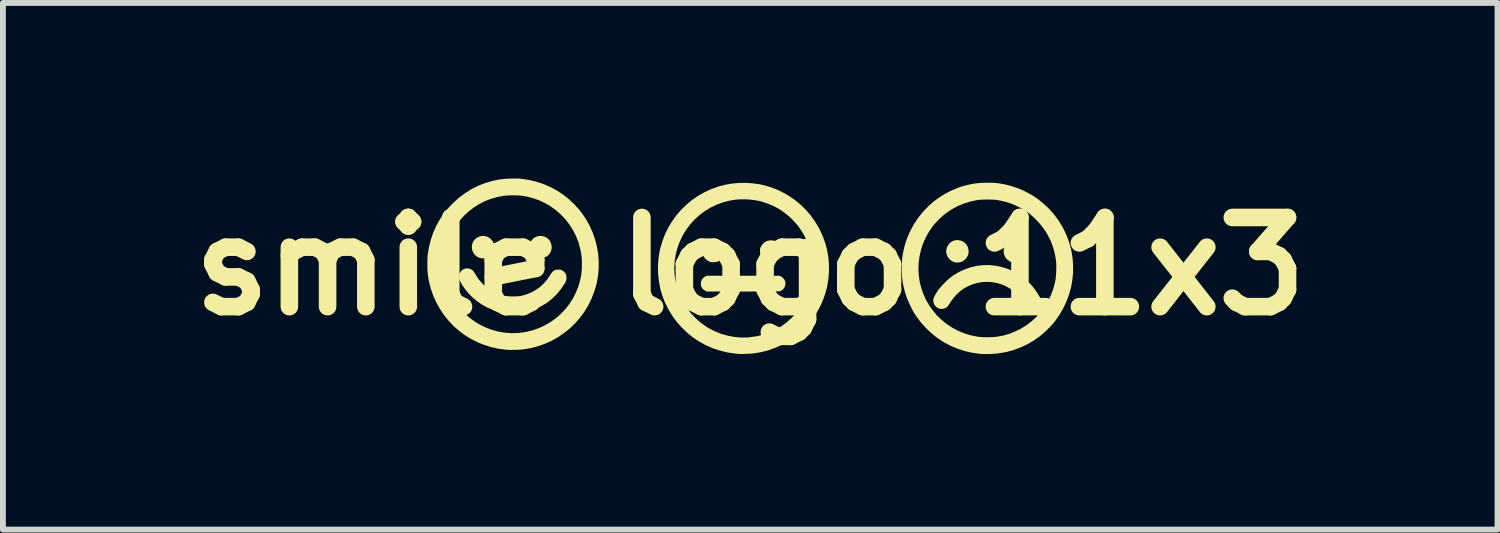
<source format=kicad_pcb>
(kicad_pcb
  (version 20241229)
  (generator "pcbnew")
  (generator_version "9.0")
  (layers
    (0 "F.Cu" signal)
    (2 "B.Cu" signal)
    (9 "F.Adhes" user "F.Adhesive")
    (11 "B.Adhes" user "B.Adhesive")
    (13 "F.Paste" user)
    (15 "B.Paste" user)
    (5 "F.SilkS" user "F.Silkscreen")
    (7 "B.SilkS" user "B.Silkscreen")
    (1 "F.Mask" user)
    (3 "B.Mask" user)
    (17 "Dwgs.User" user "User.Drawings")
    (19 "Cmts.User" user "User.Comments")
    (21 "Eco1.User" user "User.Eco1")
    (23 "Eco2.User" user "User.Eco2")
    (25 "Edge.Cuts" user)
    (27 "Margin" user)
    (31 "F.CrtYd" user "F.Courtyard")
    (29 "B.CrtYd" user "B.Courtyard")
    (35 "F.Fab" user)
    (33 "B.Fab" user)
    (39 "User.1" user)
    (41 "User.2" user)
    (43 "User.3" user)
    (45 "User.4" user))
  (footprint "smile logo 11x3"
    (layer "F.Cu")
    (at 9.768 1.5)
    (property "Reference" "smile logo 11x3" (at 0 0 0) (layer "F.SilkS") (effects (font (size 1.524 1.524) (thickness 0.3))))
    (attr board_only exclude_from_pos_files exclude_from_bom)
    (fp_poly (pts (xy 4.555 -0.446) (xy 4.593 -0.436) (xy 4.628 -0.416) (xy 4.656 -0.391) (xy 4.685 -0.356) (xy 4.704 -0.317) (xy 4.713 -0.276) (xy 4.713 -0.236) (xy 4.705 -0.197) (xy 4.688 -0.16) (xy 4.665 -0.127) (xy 4.635 -0.1) (xy 4.598 -0.08) (xy 4.555 -0.068) (xy 4.534 -0.066) (xy 4.494 -0.066) (xy 4.465 -0.072) (xy 4.423 -0.091) (xy 4.388 -0.118) (xy 4.36 -0.152) (xy 4.341 -0.19) (xy 4.331 -0.232) (xy 4.331 -0.276) (xy 4.342 -0.321) (xy 4.351 -0.342) (xy 4.376 -0.382) (xy 4.409 -0.412) (xy 4.447 -0.434) (xy 4.492 -0.445) (xy 4.512 -0.447)) (stroke (width 0) (type solid)) (fill yes) (layer "F.SilkS"))
    (fp_poly (pts (xy -4.51 -0.512) (xy -4.476 -0.499) (xy -4.448 -0.48) (xy -4.421 -0.454) (xy -4.399 -0.424) (xy -4.386 -0.399) (xy -4.377 -0.365) (xy -4.374 -0.327) (xy -4.377 -0.289) (xy -4.383 -0.264) (xy -4.402 -0.225) (xy -4.43 -0.191) (xy -4.465 -0.164) (xy -4.504 -0.145) (xy -4.546 -0.136) (xy -4.589 -0.136) (xy -4.602 -0.138) (xy -4.645 -0.152) (xy -4.682 -0.175) (xy -4.713 -0.205) (xy -4.736 -0.241) (xy -4.751 -0.28) (xy -4.757 -0.322) (xy -4.754 -0.365) (xy -4.74 -0.408) (xy -4.736 -0.417) (xy -4.71 -0.454) (xy -4.677 -0.483) (xy -4.639 -0.504) (xy -4.597 -0.517) (xy -4.553 -0.52)) (stroke (width 0) (type solid)) (fill yes) (layer "F.SilkS"))
    (fp_poly (pts (xy 3.589 -0.442) (xy 3.632 -0.425) (xy 3.651 -0.414) (xy 3.683 -0.386) (xy 3.708 -0.351) (xy 3.724 -0.311) (xy 3.732 -0.268) (xy 3.73 -0.225) (xy 3.718 -0.183) (xy 3.716 -0.179) (xy 3.695 -0.144) (xy 3.666 -0.112) (xy 3.633 -0.088) (xy 3.617 -0.079) (xy 3.588 -0.07) (xy 3.555 -0.066) (xy 3.521 -0.065) (xy 3.491 -0.069) (xy 3.485 -0.071) (xy 3.444 -0.09) (xy 3.408 -0.117) (xy 3.38 -0.151) (xy 3.361 -0.189) (xy 3.35 -0.231) (xy 3.349 -0.274) (xy 3.354 -0.3) (xy 3.37 -0.344) (xy 3.395 -0.381) (xy 3.426 -0.411) (xy 3.463 -0.433) (xy 3.503 -0.445) (xy 3.546 -0.448)) (stroke (width 0) (type solid)) (fill yes) (layer "F.SilkS"))
    (fp_poly (pts (xy -3.532 -0.513) (xy -3.496 -0.499) (xy -3.459 -0.475) (xy -3.43 -0.444) (xy -3.41 -0.408) (xy -3.397 -0.369) (xy -3.392 -0.328) (xy -3.396 -0.287) (xy -3.408 -0.248) (xy -3.429 -0.213) (xy -3.458 -0.182) (xy -3.473 -0.171) (xy -3.516 -0.149) (xy -3.559 -0.137) (xy -3.602 -0.135) (xy -3.619 -0.138) (xy -3.662 -0.152) (xy -3.701 -0.176) (xy -3.734 -0.208) (xy -3.758 -0.246) (xy -3.759 -0.247) (xy -3.767 -0.266) (xy -3.771 -0.284) (xy -3.773 -0.306) (xy -3.774 -0.328) (xy -3.773 -0.354) (xy -3.771 -0.374) (xy -3.766 -0.391) (xy -3.757 -0.409) (xy -3.732 -0.449) (xy -3.7 -0.481) (xy -3.662 -0.503) (xy -3.621 -0.516) (xy -3.577 -0.52)) (stroke (width 0) (type solid)) (fill yes) (layer "F.SilkS"))
    (fp_poly (pts (xy -0.58 -0.439) (xy -0.538 -0.424) (xy -0.502 -0.399) (xy -0.472 -0.364) (xy -0.455 -0.334) (xy -0.442 -0.295) (xy -0.439 -0.253) (xy -0.444 -0.211) (xy -0.455 -0.178) (xy -0.477 -0.143) (xy -0.506 -0.112) (xy -0.54 -0.088) (xy -0.546 -0.085) (xy -0.571 -0.076) (xy -0.603 -0.071) (xy -0.637 -0.07) (xy -0.668 -0.072) (xy -0.693 -0.079) (xy -0.735 -0.102) (xy -0.769 -0.131) (xy -0.794 -0.167) (xy -0.81 -0.206) (xy -0.816 -0.248) (xy -0.812 -0.292) (xy -0.798 -0.335) (xy -0.793 -0.345) (xy -0.773 -0.376) (xy -0.748 -0.401) (xy -0.715 -0.423) (xy -0.702 -0.429) (xy -0.682 -0.438) (xy -0.663 -0.443) (xy -0.639 -0.445) (xy -0.627 -0.445)) (stroke (width 0) (type solid)) (fill yes) (layer "F.SilkS"))
    (fp_poly (pts (xy 0.401 -0.439) (xy 0.443 -0.424) (xy 0.48 -0.398) (xy 0.511 -0.362) (xy 0.515 -0.356) (xy 0.528 -0.331) (xy 0.538 -0.299) (xy 0.543 -0.267) (xy 0.544 -0.239) (xy 0.543 -0.236) (xy 0.532 -0.194) (xy 0.512 -0.154) (xy 0.484 -0.12) (xy 0.45 -0.093) (xy 0.44 -0.088) (xy 0.414 -0.078) (xy 0.381 -0.072) (xy 0.346 -0.07) (xy 0.314 -0.072) (xy 0.291 -0.077) (xy 0.262 -0.091) (xy 0.234 -0.111) (xy 0.21 -0.133) (xy 0.209 -0.134) (xy 0.19 -0.161) (xy 0.177 -0.189) (xy 0.17 -0.221) (xy 0.168 -0.248) (xy 0.167 -0.274) (xy 0.168 -0.293) (xy 0.171 -0.308) (xy 0.177 -0.324) (xy 0.18 -0.33) (xy 0.204 -0.371) (xy 0.236 -0.403) (xy 0.274 -0.427) (xy 0.316 -0.441) (xy 0.353 -0.444)) (stroke (width 0) (type solid)) (fill yes) (layer "F.SilkS"))
    (fp_poly (pts (xy 0.529 0.175) (xy 0.56 0.197) (xy 0.582 0.224) (xy 0.596 0.255) (xy 0.602 0.289) (xy 0.599 0.322) (xy 0.588 0.355) (xy 0.569 0.384) (xy 0.541 0.409) (xy 0.52 0.42) (xy 0.516 0.422) (xy 0.511 0.423) (xy 0.505 0.425) (xy 0.496 0.426) (xy 0.485 0.427) (xy 0.47 0.428) (xy 0.451 0.428) (xy 0.427 0.429) (xy 0.397 0.43) (xy 0.362 0.43) (xy 0.319 0.43) (xy 0.27 0.43) (xy 0.212 0.431) (xy 0.145 0.431) (xy 0.068 0.431) (xy -0.018 0.431) (xy -0.115 0.431) (xy -0.121 0.431) (xy -0.739 0.431) (xy -0.768 0.417) (xy -0.8 0.397) (xy -0.823 0.371) (xy -0.838 0.34) (xy -0.844 0.307) (xy -0.843 0.273) (xy -0.833 0.24) (xy -0.814 0.21) (xy -0.787 0.186) (xy -0.77 0.175) (xy -0.742 0.161) (xy 0.5 0.161)) (stroke (width 0) (type solid)) (fill yes) (layer "F.SilkS"))
    (fp_poly (pts (xy 4.084 -0.021) (xy 4.194 -0.01) (xy 4.3 0.012) (xy 4.401 0.044) (xy 4.498 0.086) (xy 4.59 0.138) (xy 4.676 0.199) (xy 4.755 0.269) (xy 4.828 0.348) (xy 4.892 0.435) (xy 4.933 0.501) (xy 4.947 0.527) (xy 4.956 0.546) (xy 4.961 0.562) (xy 4.964 0.579) (xy 4.965 0.594) (xy 4.964 0.631) (xy 4.956 0.662) (xy 4.939 0.69) (xy 4.92 0.709) (xy 4.886 0.732) (xy 4.849 0.745) (xy 4.81 0.747) (xy 4.778 0.74) (xy 4.751 0.726) (xy 4.724 0.7) (xy 4.696 0.664) (xy 4.679 0.635) (xy 4.63 0.56) (xy 4.574 0.493) (xy 4.511 0.433) (xy 4.443 0.383) (xy 4.369 0.341) (xy 4.292 0.308) (xy 4.211 0.284) (xy 4.128 0.27) (xy 4.044 0.265) (xy 3.959 0.27) (xy 3.875 0.285) (xy 3.792 0.31) (xy 3.711 0.345) (xy 3.637 0.388) (xy 3.577 0.434) (xy 3.521 0.486) (xy 3.469 0.546) (xy 3.42 0.615) (xy 3.391 0.661) (xy 3.368 0.691) (xy 3.338 0.712) (xy 3.303 0.725) (xy 3.267 0.729) (xy 3.23 0.723) (xy 3.195 0.708) (xy 3.192 0.705) (xy 3.163 0.679) (xy 3.142 0.647) (xy 3.13 0.611) (xy 3.128 0.573) (xy 3.132 0.549) (xy 3.139 0.532) (xy 3.151 0.507) (xy 3.167 0.478) (xy 3.186 0.447) (xy 3.207 0.415) (xy 3.224 0.389) (xy 3.237 0.374) (xy 3.256 0.352) (xy 3.279 0.326) (xy 3.305 0.299) (xy 3.328 0.276) (xy 3.365 0.239) (xy 3.399 0.209) (xy 3.43 0.184) (xy 3.462 0.16) (xy 3.472 0.154) (xy 3.565 0.098) (xy 3.662 0.053) (xy 3.762 0.018) (xy 3.863 -0.006) (xy 3.966 -0.019) (xy 4.069 -0.022)) (stroke (width 0) (type solid)) (fill yes) (layer "F.SilkS"))
    (fp_poly (pts (xy -4.81 0.037) (xy -4.774 0.049) (xy -4.752 0.062) (xy -4.735 0.077) (xy -4.717 0.1) (xy -4.698 0.132) (xy -4.667 0.181) (xy -4.638 0.223) (xy -4.608 0.26) (xy -4.574 0.297) (xy -4.556 0.314) (xy -4.489 0.372) (xy -4.417 0.42) (xy -4.34 0.458) (xy -4.257 0.488) (xy -4.196 0.504) (xy -4.161 0.509) (xy -4.118 0.513) (xy -4.07 0.515) (xy -4.021 0.514) (xy -3.974 0.512) (xy -3.933 0.508) (xy -3.91 0.504) (xy -3.821 0.479) (xy -3.738 0.445) (xy -3.659 0.401) (xy -3.587 0.349) (xy -3.523 0.289) (xy -3.466 0.222) (xy -3.425 0.159) (xy -3.4 0.121) (xy -3.377 0.092) (xy -3.352 0.073) (xy -3.326 0.061) (xy -3.295 0.056) (xy -3.279 0.055) (xy -3.242 0.058) (xy -3.211 0.07) (xy -3.184 0.09) (xy -3.171 0.104) (xy -3.153 0.129) (xy -3.143 0.154) (xy -3.139 0.183) (xy -3.139 0.206) (xy -3.141 0.225) (xy -3.144 0.24) (xy -3.149 0.255) (xy -3.159 0.274) (xy -3.173 0.299) (xy -3.175 0.301) (xy -3.236 0.392) (xy -3.305 0.476) (xy -3.381 0.551) (xy -3.464 0.617) (xy -3.554 0.673) (xy -3.649 0.72) (xy -3.75 0.758) (xy -3.856 0.785) (xy -3.888 0.791) (xy -3.914 0.794) (xy -3.948 0.797) (xy -3.987 0.8) (xy -4.029 0.801) (xy -4.069 0.802) (xy -4.105 0.803) (xy -4.134 0.802) (xy -4.144 0.801) (xy -4.217 0.791) (xy -4.295 0.774) (xy -4.372 0.752) (xy -4.445 0.725) (xy -4.498 0.702) (xy -4.584 0.654) (xy -4.666 0.597) (xy -4.743 0.533) (xy -4.813 0.463) (xy -4.875 0.387) (xy -4.928 0.308) (xy -4.961 0.244) (xy -4.974 0.206) (xy -4.977 0.169) (xy -4.971 0.134) (xy -4.957 0.103) (xy -4.936 0.077) (xy -4.91 0.056) (xy -4.879 0.042) (xy -4.845 0.035)) (stroke (width 0) (type solid)) (fill yes) (layer "F.SilkS"))
    (fp_poly (pts (xy 0.041 -1.418) (xy 0.152 -1.403) (xy 0.186 -1.396) (xy 0.309 -1.365) (xy 0.428 -1.323) (xy 0.543 -1.27) (xy 0.652 -1.209) (xy 0.756 -1.138) (xy 0.854 -1.059) (xy 0.944 -0.972) (xy 1.027 -0.877) (xy 1.101 -0.775) (xy 1.167 -0.667) (xy 1.194 -0.614) (xy 1.245 -0.501) (xy 1.285 -0.388) (xy 1.315 -0.273) (xy 1.335 -0.155) (xy 1.344 -0.048) (xy 1.346 0.08) (xy 1.337 0.207) (xy 1.317 0.333) (xy 1.286 0.455) (xy 1.244 0.575) (xy 1.193 0.69) (xy 1.131 0.8) (xy 1.059 0.905) (xy 1.028 0.946) (xy 0.941 1.044) (xy 0.849 1.134) (xy 0.749 1.214) (xy 0.654 1.278) (xy 0.542 1.341) (xy 0.427 1.393) (xy 0.31 1.435) (xy 0.187 1.466) (xy 0.072 1.486) (xy 0.043 1.489) (xy 0.007 1.492) (xy -0.032 1.494) (xy -0.073 1.496) (xy -0.112 1.498) (xy -0.148 1.498) (xy -0.178 1.498) (xy -0.199 1.497) (xy -0.201 1.497) (xy -0.216 1.495) (xy -0.238 1.493) (xy -0.264 1.49) (xy -0.279 1.488) (xy -0.4 1.47) (xy -0.52 1.44) (xy -0.64 1.4) (xy -0.757 1.349) (xy -0.772 1.341) (xy -0.882 1.279) (xy -0.986 1.209) (xy -1.084 1.129) (xy -1.174 1.042) (xy -1.257 0.947) (xy -1.331 0.846) (xy -1.396 0.739) (xy -1.453 0.626) (xy -1.499 0.51) (xy -1.535 0.389) (xy -1.538 0.375) (xy -1.561 0.252) (xy -1.574 0.126) (xy -1.576 0.027) (xy -1.298 0.027) (xy -1.293 0.141) (xy -1.277 0.255) (xy -1.249 0.368) (xy -1.238 0.402) (xy -1.197 0.51) (xy -1.145 0.613) (xy -1.084 0.71) (xy -1.015 0.801) (xy -0.936 0.884) (xy -0.85 0.96) (xy -0.756 1.028) (xy -0.7 1.062) (xy -0.6 1.113) (xy -0.495 1.154) (xy -0.387 1.185) (xy -0.276 1.206) (xy -0.164 1.217) (xy -0.053 1.216) (xy -0.008 1.212) (xy 0.11 1.195) (xy 0.223 1.168) (xy 0.331 1.13) (xy 0.435 1.081) (xy 0.534 1.023) (xy 0.627 0.954) (xy 0.715 0.875) (xy 0.783 0.803) (xy 0.844 0.725) (xy 0.9 0.639) (xy 0.949 0.547) (xy 0.991 0.452) (xy 1.023 0.355) (xy 1.035 0.313) (xy 1.047 0.255) (xy 1.056 0.201) (xy 1.062 0.145) (xy 1.065 0.084) (xy 1.065 0.04) (xy 1.064 -0.032) (xy 1.06 -0.096) (xy 1.052 -0.157) (xy 1.04 -0.218) (xy 1.026 -0.271) (xy 0.99 -0.383) (xy 0.943 -0.489) (xy 0.887 -0.59) (xy 0.821 -0.685) (xy 0.746 -0.773) (xy 0.662 -0.854) (xy 0.57 -0.927) (xy 0.509 -0.969) (xy 0.452 -1.002) (xy 0.388 -1.034) (xy 0.318 -1.063) (xy 0.248 -1.089) (xy 0.18 -1.11) (xy 0.156 -1.116) (xy 0.078 -1.13) (xy -0.006 -1.14) (xy -0.093 -1.145) (xy -0.178 -1.144) (xy -0.256 -1.138) (xy -0.368 -1.119) (xy -0.477 -1.089) (xy -0.583 -1.049) (xy -0.684 -1) (xy -0.779 -0.941) (xy -0.869 -0.873) (xy -0.952 -0.798) (xy -1.028 -0.714) (xy -1.095 -0.624) (xy -1.154 -0.527) (xy -1.154 -0.527) (xy -1.205 -0.42) (xy -1.245 -0.31) (xy -1.274 -0.199) (xy -1.291 -0.086) (xy -1.298 0.027) (xy -1.576 0.027) (xy -1.576 -0.000314) (xy -1.568 -0.127) (xy -1.549 -0.251) (xy -1.535 -0.316) (xy -1.498 -0.438) (xy -1.452 -0.556) (xy -1.396 -0.669) (xy -1.331 -0.775) (xy -1.258 -0.876) (xy -1.176 -0.97) (xy -1.087 -1.056) (xy -0.991 -1.135) (xy -0.889 -1.205) (xy -0.78 -1.267) (xy -0.666 -1.319) (xy -0.548 -1.362) (xy -0.425 -1.394) (xy -0.417 -1.396) (xy -0.306 -1.414) (xy -0.191 -1.424) (xy -0.075 -1.426)) (stroke (width 0) (type solid)) (fill yes) (layer "F.SilkS"))
    (fp_poly (pts (xy -3.944 -1.498) (xy -3.907 -1.495) (xy -3.778 -1.475) (xy -3.653 -1.445) (xy -3.531 -1.405) (xy -3.414 -1.354) (xy -3.302 -1.294) (xy -3.196 -1.224) (xy -3.096 -1.145) (xy -3.003 -1.057) (xy -2.917 -0.961) (xy -2.881 -0.915) (xy -2.809 -0.81) (xy -2.746 -0.699) (xy -2.694 -0.583) (xy -2.652 -0.464) (xy -2.62 -0.342) (xy -2.599 -0.218) (xy -2.588 -0.092) (xy -2.589 0.034) (xy -2.6 0.161) (xy -2.623 0.286) (xy -2.63 0.318) (xy -2.667 0.441) (xy -2.714 0.559) (xy -2.77 0.672) (xy -2.835 0.779) (xy -2.909 0.879) (xy -2.99 0.972) (xy -3.079 1.059) (xy -3.176 1.137) (xy -3.278 1.207) (xy -3.387 1.269) (xy -3.501 1.321) (xy -3.62 1.364) (xy -3.743 1.396) (xy -3.842 1.414) (xy -3.886 1.42) (xy -3.938 1.424) (xy -3.993 1.427) (xy -4.049 1.428) (xy -4.102 1.429) (xy -4.149 1.427) (xy -4.174 1.425) (xy -4.302 1.408) (xy -4.427 1.38) (xy -4.55 1.342) (xy -4.667 1.294) (xy -4.78 1.236) (xy -4.887 1.169) (xy -4.963 1.112) (xy -5.061 1.027) (xy -5.15 0.934) (xy -5.231 0.835) (xy -5.302 0.728) (xy -5.364 0.616) (xy -5.417 0.499) (xy -5.459 0.377) (xy -5.491 0.251) (xy -5.504 0.178) (xy -5.509 0.133) (xy -5.514 0.079) (xy -5.516 0.02) (xy -5.517 -0.04) (xy -5.517 -0.042) (xy -5.23 -0.042) (xy -5.23 0.006) (xy -5.228 0.05) (xy -5.226 0.088) (xy -5.225 0.098) (xy -5.204 0.215) (xy -5.174 0.327) (xy -5.133 0.436) (xy -5.081 0.539) (xy -5.02 0.636) (xy -4.949 0.728) (xy -4.869 0.813) (xy -4.802 0.873) (xy -4.713 0.94) (xy -4.617 0.998) (xy -4.516 1.047) (xy -4.411 1.086) (xy -4.302 1.116) (xy -4.192 1.134) (xy -4.08 1.143) (xy -3.968 1.14) (xy -3.945 1.138) (xy -3.831 1.121) (xy -3.72 1.094) (xy -3.613 1.057) (xy -3.512 1.01) (xy -3.415 0.954) (xy -3.325 0.89) (xy -3.241 0.818) (xy -3.164 0.738) (xy -3.095 0.651) (xy -3.034 0.557) (xy -2.982 0.457) (xy -2.94 0.352) (xy -2.914 0.268) (xy -2.899 0.206) (xy -2.888 0.148) (xy -2.881 0.089) (xy -2.877 0.025) (xy -2.876 0.003) (xy -2.876 -0.092) (xy -2.883 -0.183) (xy -2.898 -0.271) (xy -2.921 -0.362) (xy -2.935 -0.41) (xy -2.976 -0.516) (xy -3.027 -0.616) (xy -3.087 -0.711) (xy -3.155 -0.799) (xy -3.231 -0.88) (xy -3.315 -0.954) (xy -3.405 -1.02) (xy -3.501 -1.077) (xy -3.602 -1.125) (xy -3.708 -1.163) (xy -3.817 -1.191) (xy -3.89 -1.204) (xy -3.936 -1.209) (xy -3.99 -1.211) (xy -4.048 -1.213) (xy -4.105 -1.212) (xy -4.16 -1.209) (xy -4.208 -1.204) (xy -4.209 -1.204) (xy -4.321 -1.184) (xy -4.429 -1.153) (xy -4.533 -1.113) (xy -4.631 -1.063) (xy -4.724 -1.004) (xy -4.811 -0.937) (xy -4.892 -0.862) (xy -4.965 -0.781) (xy -5.031 -0.692) (xy -5.088 -0.598) (xy -5.137 -0.499) (xy -5.176 -0.394) (xy -5.205 -0.286) (xy -5.224 -0.173) (xy -5.225 -0.17) (xy -5.228 -0.133) (xy -5.23 -0.089) (xy -5.23 -0.042) (xy -5.517 -0.042) (xy -5.516 -0.099) (xy -5.514 -0.153) (xy -5.51 -0.198) (xy -5.488 -0.33) (xy -5.457 -0.456) (xy -5.415 -0.577) (xy -5.364 -0.693) (xy -5.302 -0.803) (xy -5.229 -0.908) (xy -5.147 -1.008) (xy -5.072 -1.086) (xy -4.974 -1.174) (xy -4.87 -1.251) (xy -4.762 -1.319) (xy -4.647 -1.376) (xy -4.528 -1.423) (xy -4.404 -1.459) (xy -4.299 -1.481) (xy -4.249 -1.488) (xy -4.19 -1.494) (xy -4.127 -1.498) (xy -4.063 -1.5) (xy -4.001 -1.5)) (stroke (width 0) (type solid)) (fill yes) (layer "F.SilkS"))
    (fp_poly (pts (xy 4.108 -1.428) (xy 4.156 -1.426) (xy 4.199 -1.423) (xy 4.24 -1.419) (xy 4.283 -1.412) (xy 4.33 -1.403) (xy 4.339 -1.402) (xy 4.463 -1.371) (xy 4.584 -1.33) (xy 4.699 -1.279) (xy 4.81 -1.219) (xy 4.915 -1.149) (xy 5.013 -1.07) (xy 5.105 -0.984) (xy 5.189 -0.889) (xy 5.265 -0.787) (xy 5.332 -0.679) (xy 5.362 -0.622) (xy 5.415 -0.504) (xy 5.457 -0.384) (xy 5.488 -0.262) (xy 5.508 -0.138) (xy 5.517 -0.014) (xy 5.516 0.11) (xy 5.504 0.234) (xy 5.482 0.357) (xy 5.449 0.477) (xy 5.406 0.595) (xy 5.352 0.71) (xy 5.289 0.821) (xy 5.215 0.927) (xy 5.189 0.96) (xy 5.154 1.001) (xy 5.113 1.045) (xy 5.068 1.09) (xy 5.021 1.133) (xy 4.976 1.172) (xy 4.941 1.201) (xy 4.832 1.276) (xy 4.72 1.34) (xy 4.603 1.393) (xy 4.483 1.436) (xy 4.36 1.468) (xy 4.234 1.489) (xy 4.105 1.499) (xy 4.044 1.499) (xy 4.01 1.499) (xy 3.978 1.498) (xy 3.952 1.498) (xy 3.933 1.497) (xy 3.926 1.496) (xy 3.792 1.477) (xy 3.664 1.448) (xy 3.541 1.408) (xy 3.423 1.358) (xy 3.309 1.298) (xy 3.272 1.275) (xy 3.176 1.209) (xy 3.084 1.133) (xy 2.997 1.049) (xy 2.916 0.958) (xy 2.843 0.862) (xy 2.808 0.81) (xy 2.784 0.77) (xy 2.758 0.721) (xy 2.732 0.667) (xy 2.707 0.612) (xy 2.684 0.558) (xy 2.666 0.509) (xy 2.662 0.497) (xy 2.638 0.418) (xy 2.619 0.344) (xy 2.605 0.272) (xy 2.596 0.198) (xy 2.591 0.12) (xy 2.59 0.046) (xy 2.874 0.046) (xy 2.88 0.156) (xy 2.896 0.265) (xy 2.923 0.373) (xy 2.96 0.478) (xy 3.007 0.58) (xy 3.065 0.678) (xy 3.113 0.746) (xy 3.186 0.834) (xy 3.268 0.914) (xy 3.357 0.986) (xy 3.452 1.049) (xy 3.553 1.102) (xy 3.658 1.146) (xy 3.768 1.179) (xy 3.881 1.202) (xy 3.911 1.206) (xy 3.946 1.209) (xy 3.99 1.211) (xy 4.038 1.212) (xy 4.087 1.211) (xy 4.135 1.21) (xy 4.179 1.207) (xy 4.206 1.204) (xy 4.319 1.184) (xy 4.428 1.153) (xy 4.532 1.112) (xy 4.631 1.062) (xy 4.725 1.003) (xy 4.812 0.936) (xy 4.893 0.861) (xy 4.967 0.778) (xy 5.032 0.688) (xy 5.09 0.593) (xy 5.139 0.491) (xy 5.178 0.384) (xy 5.208 0.272) (xy 5.216 0.23) (xy 5.221 0.194) (xy 5.225 0.15) (xy 5.228 0.1) (xy 5.229 0.049) (xy 5.23 -0.001) (xy 5.228 -0.046) (xy 5.226 -0.084) (xy 5.226 -0.086) (xy 5.207 -0.202) (xy 5.178 -0.315) (xy 5.139 -0.423) (xy 5.089 -0.525) (xy 5.029 -0.623) (xy 4.959 -0.715) (xy 4.903 -0.777) (xy 4.837 -0.842) (xy 4.772 -0.898) (xy 4.704 -0.947) (xy 4.632 -0.991) (xy 4.581 -1.017) (xy 4.499 -1.055) (xy 4.416 -1.086) (xy 4.33 -1.11) (xy 4.238 -1.13) (xy 4.233 -1.13) (xy 4.198 -1.135) (xy 4.154 -1.138) (xy 4.104 -1.14) (xy 4.052 -1.141) (xy 3.999 -1.14) (xy 3.95 -1.138) (xy 3.906 -1.135) (xy 3.871 -1.13) (xy 3.754 -1.105) (xy 3.643 -1.069) (xy 3.537 -1.025) (xy 3.437 -0.97) (xy 3.342 -0.905) (xy 3.317 -0.885) (xy 3.288 -0.861) (xy 3.255 -0.831) (xy 3.221 -0.797) (xy 3.187 -0.762) (xy 3.156 -0.729) (xy 3.13 -0.699) (xy 3.12 -0.687) (xy 3.054 -0.591) (xy 2.998 -0.491) (xy 2.953 -0.388) (xy 2.918 -0.282) (xy 2.893 -0.174) (xy 2.878 -0.064) (xy 2.874 0.046) (xy 2.59 0.046) (xy 2.59 0.034) (xy 2.59 0.032) (xy 2.59 -0.032) (xy 2.593 -0.087) (xy 2.597 -0.137) (xy 2.603 -0.185) (xy 2.612 -0.234) (xy 2.623 -0.287) (xy 2.632 -0.325) (xy 2.649 -0.386) (xy 2.667 -0.442) (xy 2.687 -0.496) (xy 2.71 -0.552) (xy 2.739 -0.612) (xy 2.8 -0.724) (xy 2.87 -0.829) (xy 2.949 -0.928) (xy 3.036 -1.019) (xy 3.13 -1.103) (xy 3.231 -1.178) (xy 3.338 -1.244) (xy 3.45 -1.301) (xy 3.568 -1.348) (xy 3.638 -1.371) (xy 3.716 -1.391) (xy 3.79 -1.407) (xy 3.862 -1.418) (xy 3.938 -1.425) (xy 4.019 -1.428) (xy 4.052 -1.428)) (stroke (width 0) (type solid)) (fill yes) (layer "F.SilkS")))
  (gr_rect
    (start -3 -3)
    (end 22.536 5.999)
    (stroke (width 0.1) (type default))
    (fill no)
    (layer "Edge.Cuts")))
</source>
